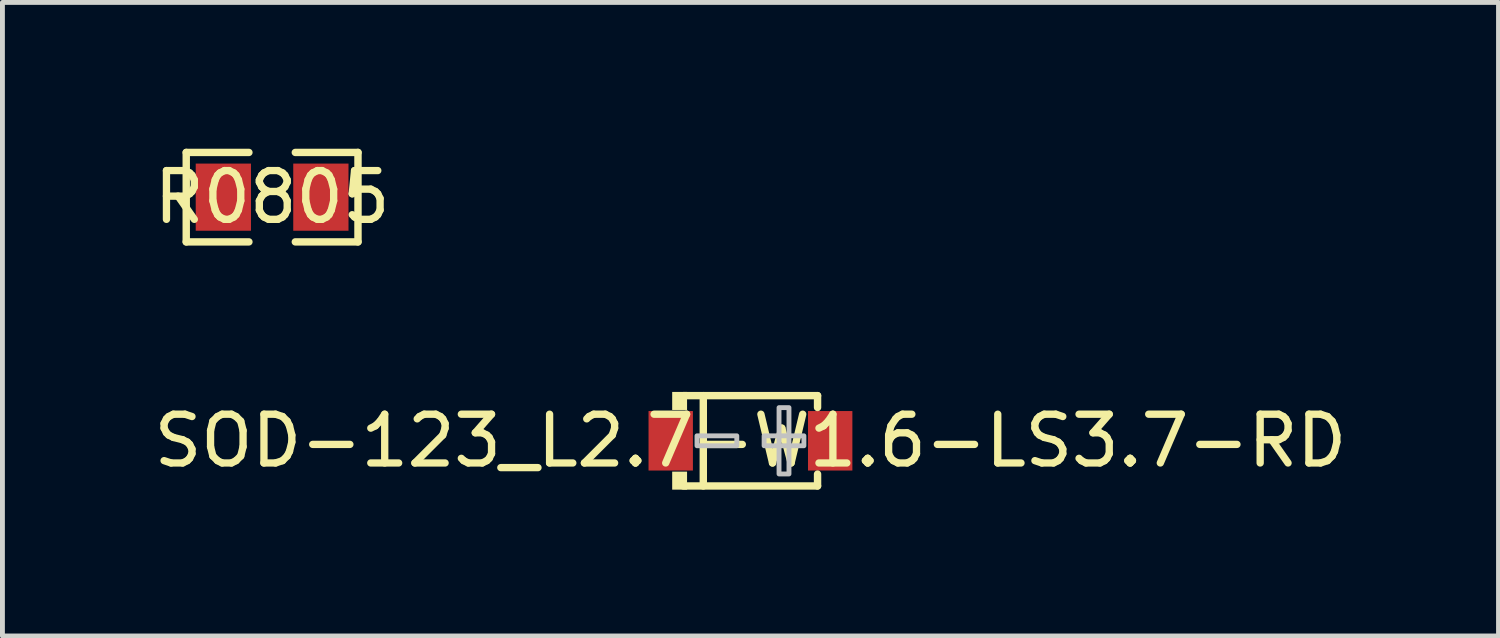
<source format=kicad_pcb>
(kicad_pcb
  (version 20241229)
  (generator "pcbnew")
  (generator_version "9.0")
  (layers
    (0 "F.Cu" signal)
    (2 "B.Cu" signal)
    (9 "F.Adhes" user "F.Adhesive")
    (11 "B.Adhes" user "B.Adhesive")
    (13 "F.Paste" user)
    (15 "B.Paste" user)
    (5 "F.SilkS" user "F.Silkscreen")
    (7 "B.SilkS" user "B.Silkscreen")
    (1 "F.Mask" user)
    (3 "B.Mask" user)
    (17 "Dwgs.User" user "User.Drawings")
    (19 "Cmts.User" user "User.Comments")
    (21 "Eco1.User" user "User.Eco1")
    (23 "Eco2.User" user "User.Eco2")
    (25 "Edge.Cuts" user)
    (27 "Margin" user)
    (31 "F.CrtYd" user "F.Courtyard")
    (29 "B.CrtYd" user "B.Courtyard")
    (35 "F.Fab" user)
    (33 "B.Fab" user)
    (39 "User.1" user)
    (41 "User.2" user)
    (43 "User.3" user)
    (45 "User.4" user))
  (footprint "R0805"
    (layer "F.Cu")
    (at 2.53 0.993)
    (property "Reference" "R0805" (at 0 0 0) (layer "F.SilkS") (effects (font (size 1 1) (thickness 0.15))))
    (fp_line (start -1.761 -0.917) (end -0.476 -0.917) (stroke (width 0.152) (type default)) (layer "F.SilkS"))
    (fp_line (start -1.761 0.917) (end -1.761 -0.917) (stroke (width 0.152) (type default)) (layer "F.SilkS"))
    (fp_line (start -0.476 0.917) (end -1.761 0.917) (stroke (width 0.152) (type default)) (layer "F.SilkS"))
    (fp_line (start 0.476 0.917) (end 1.761 0.917) (stroke (width 0.152) (type default)) (layer "F.SilkS"))
    (fp_line (start 1.761 -0.917) (end 0.476 -0.917) (stroke (width 0.152) (type default)) (layer "F.SilkS"))
    (fp_line (start 1.761 0.917) (end 1.761 -0.917) (stroke (width 0.152) (type default)) (layer "F.SilkS"))
    (fp_poly (pts (xy -1.7 0.64) (xy -1.7 -0.64) (xy -1.65 -0.69) (xy -0.5 -0.69) (xy -0.45 -0.64) (xy -0.445 -0.23) (xy -0.895 -0.23) (xy -0.895 0.22) (xy -0.455 0.22) (xy -0.45 0.64) (xy -0.5 0.69) (xy -1.65 0.69)) (stroke (width 0) (type default)) (fill yes) (layer "F.Paste"))
    (fp_poly (pts (xy 0.45 0.64) (xy 0.45 0.22) (xy 0.895 0.22) (xy 0.895 -0.23) (xy 0.455 -0.23) (xy 0.45 -0.64) (xy 0.5 -0.69) (xy 1.65 -0.69) (xy 1.7 -0.64) (xy 1.7 0.64) (xy 1.65 0.69) (xy 0.5 0.69)) (stroke (width 0) (type default)) (fill yes) (layer "F.Paste"))
    (fp_poly (pts (xy -1 0.637) (xy -1 -0.637) (xy -0.6 -0.637) (xy -0.6 0.637)) (stroke (width 0.1) (type default)) (fill no) (layer "User.1"))
    (fp_poly (pts (xy 1 0.637) (xy 1 -0.637) (xy 0.6 -0.637) (xy 0.6 0.637)) (stroke (width 0.1) (type default)) (fill no) (layer "User.1"))
    (fp_line (start -1 -0.637) (end 1 -0.637) (stroke (width 0.051) (type default)) (layer "User.2"))
    (fp_line (start -1 0.637) (end -1 -0.637) (stroke (width 0.051) (type default)) (layer "User.2"))
    (fp_line (start 1 -0.637) (end 1 0.637) (stroke (width 0.051) (type default)) (layer "User.2"))
    (fp_line (start 1 0.637) (end -1 0.637) (stroke (width 0.051) (type default)) (layer "User.2"))
    (fp_poly (pts (xy -0.94 0.637) (xy -0.958 0.595) (xy -1 0.578) (xy -1.042 0.595) (xy -1.06 0.637) (xy -1.042 0.68) (xy -1 0.698) (xy -0.958 0.68)) (stroke (width 0.1) (type default)) (fill no) (layer "User.3"))
    (pad "1" smd rect (at -1 0) (size 1.133 1.377) (layers "F.Cu" "F.Mask" "F.Paste"))
    (pad "2" smd rect (at 1 0) (size 1.133 1.377) (layers "F.Cu" "F.Mask" "F.Paste")))
  (footprint "SOD-123_L2.7-W1.6-LS3.7-RD"
    (layer "F.Cu")
    (at 12.339 5.989)
    (property "Reference" "SOD-123_L2.7-W1.6-LS3.7-RD" (at 0 0 0) (layer "F.SilkS") (effects (font (size 1 1) (thickness 0.15))))
    (fp_line (start -1.376 -0.926) (end 1.376 -0.926) (stroke (width 0.152) (type default)) (layer "F.SilkS"))
    (fp_line (start -1.376 0.926) (end 1.376 0.926) (stroke (width 0.152) (type default)) (layer "F.SilkS"))
    (fp_line (start -0.967 -0.926) (end -0.967 0.926) (stroke (width 0.152) (type default)) (layer "F.SilkS"))
    (fp_line (start 1.376 -0.926) (end 1.376 -0.683) (stroke (width 0.152) (type default)) (layer "F.SilkS"))
    (fp_line (start 1.376 0.926) (end 1.376 0.683) (stroke (width 0.152) (type default)) (layer "F.SilkS"))
    (fp_poly (pts (xy -1.3 -1.002) (xy -1.3 -0.632) (xy -1.605 -0.632) (xy -1.605 -1.002)) (stroke (width 0) (type default)) (fill yes) (layer "F.SilkS"))
    (fp_poly (pts (xy -1.3 1.002) (xy -1.3 0.632) (xy -1.605 0.632) (xy -1.605 1.002)) (stroke (width 0) (type default)) (fill yes) (layer "F.SilkS"))
    (fp_poly (pts (xy -1.096 -0.102) (xy -1.096 0.102) (xy -0.28 0.102) (xy -0.28 -0.102)) (stroke (width 0.1) (type default)) (fill no) (layer "Dwgs.User"))
    (fp_poly (pts (xy 0.79 -0.68) (xy 0.79 0.68) (xy 0.586 0.68) (xy 0.586 -0.68)) (stroke (width 0.1) (type default)) (fill no) (layer "Dwgs.User"))
    (fp_poly (pts (xy 1.096 -0.102) (xy 1.096 0.102) (xy 0.28 0.102) (xy 0.28 -0.102)) (stroke (width 0.1) (type default)) (fill no) (layer "Dwgs.User"))
    (fp_poly (pts (xy -1.845 -0.3) (xy -1.595 -0.3) (xy -1.595 0.3) (xy -1.845 0.3)) (stroke (width 0.1) (type default)) (fill no) (layer "User.1"))
    (fp_poly (pts (xy -1.81 0.3) (xy -1.33 0.3) (xy -1.33 -0.3) (xy -1.81 -0.3)) (stroke (width 0.1) (type default)) (fill no) (layer "User.1"))
    (fp_poly (pts (xy 1.595 -0.3) (xy 1.845 -0.3) (xy 1.845 0.3) (xy 1.595 0.3)) (stroke (width 0.1) (type default)) (fill no) (layer "User.1"))
    (fp_poly (pts (xy 1.81 -0.3) (xy 1.33 -0.3) (xy 1.33 0.3) (xy 1.81 0.3)) (stroke (width 0.1) (type default)) (fill no) (layer "User.1"))
    (fp_line (start -1.345 -0.8) (end 1.345 -0.8) (stroke (width 0.051) (type default)) (layer "User.2"))
    (fp_line (start -1.345 0.8) (end -1.345 -0.8) (stroke (width 0.051) (type default)) (layer "User.2"))
    (fp_line (start 1.345 -0.8) (end 1.345 0.8) (stroke (width 0.051) (type default)) (layer "User.2"))
    (fp_line (start 1.345 0.8) (end -1.345 0.8) (stroke (width 0.051) (type default)) (layer "User.2"))
    (fp_poly (pts (xy -1.79 0.8) (xy -1.808 0.758) (xy -1.85 0.74) (xy -1.892 0.758) (xy -1.91 0.8) (xy -1.892 0.842) (xy -1.85 0.86) (xy -1.808 0.842)) (stroke (width 0.1) (type default)) (fill no) (layer "User.3"))
    (pad "1" smd rect (at -1.635 0) (size 0.91 1.22) (layers "F.Cu" "F.Mask" "F.Paste"))
    (pad "2" smd rect (at 1.635 0) (size 0.91 1.22) (layers "F.Cu" "F.Mask" "F.Paste")))
  (gr_rect
    (start -3 -3)
    (end 27.679 9.992)
    (stroke (width 0.1) (type default))
    (fill no)
    (layer "Edge.Cuts")))
</source>
